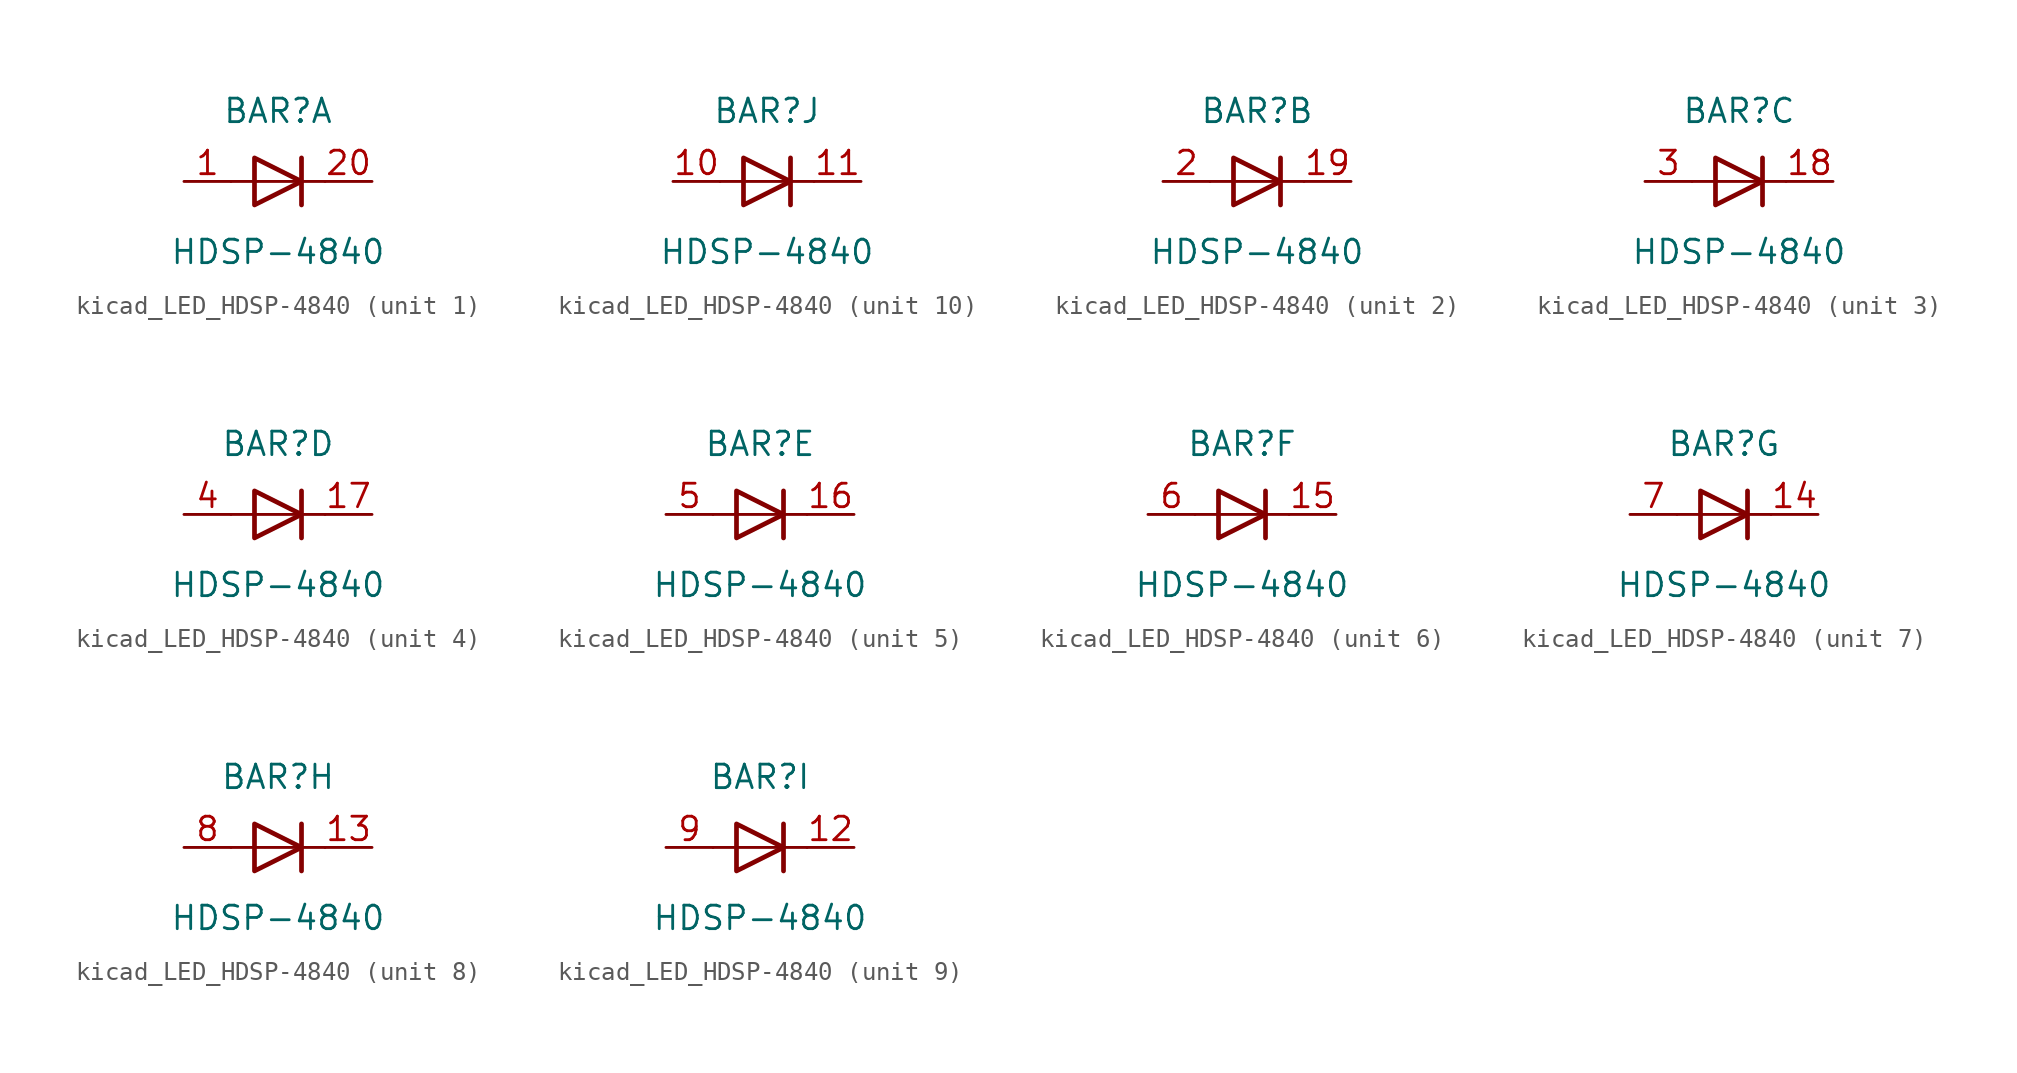
<source format=kicad_sym>
(kicad_symbol_lib
  (version 20220914)
  (generator kicad_symbol_editor)
  (symbol "kicad_LED_HDSP-4840"
    (pin_names
      (offset 1.016) hide)
    (property "Reference" "BAR"
      (at 0 3.81 0)
      (effects (font (size 1.27 1.27))))
    (property "Value" "HDSP-4840"
      (at 0 -3.81 0)
      (effects (font (size 1.27 1.27))))
    (symbol "kicad_LED_HDSP-4840_0_1"
      (polyline (pts (xy -2.54 0) (xy 2.54 0)) (stroke (width 0) (type default)) (fill (type none)))
      (polyline (pts (xy 1.27 -1.27) (xy 1.27 1.27)) (stroke (width 0.254) (type default)) (fill (type none)))
      (polyline (pts (xy -1.27 1.27) (xy -1.27 -1.27) (xy 1.27 0) (xy -1.27 1.27)) (stroke (width 0.254) (type default)) (fill (type none))))
    (symbol "kicad_LED_HDSP-4840_1_1"
      (pin passive line (at -5.08 0 0) (length 2.54) (name "A" (effects (font (size 1.27 1.27)))) (number "1" (effects (font (size 1.27 1.27)))))
      (pin passive line (at 5.08 0 180) (length 2.54) (name "K" (effects (font (size 1.27 1.27)))) (number "20" (effects (font (size 1.27 1.27))))))
    (symbol "kicad_LED_HDSP-4840_2_1"
      (pin passive line (at 5.08 0 180) (length 2.54) (name "K" (effects (font (size 1.27 1.27)))) (number "19" (effects (font (size 1.27 1.27)))))
      (pin passive line (at -5.08 0 0) (length 2.54) (name "A" (effects (font (size 1.27 1.27)))) (number "2" (effects (font (size 1.27 1.27))))))
    (symbol "kicad_LED_HDSP-4840_3_1"
      (pin passive line (at 5.08 0 180) (length 2.54) (name "K" (effects (font (size 1.27 1.27)))) (number "18" (effects (font (size 1.27 1.27)))))
      (pin passive line (at -5.08 0 0) (length 2.54) (name "A" (effects (font (size 1.27 1.27)))) (number "3" (effects (font (size 1.27 1.27))))))
    (symbol "kicad_LED_HDSP-4840_4_1"
      (pin passive line (at 5.08 0 180) (length 2.54) (name "K" (effects (font (size 1.27 1.27)))) (number "17" (effects (font (size 1.27 1.27)))))
      (pin passive line (at -5.08 0 0) (length 2.54) (name "A" (effects (font (size 1.27 1.27)))) (number "4" (effects (font (size 1.27 1.27))))))
    (symbol "kicad_LED_HDSP-4840_5_1"
      (pin passive line (at 5.08 0 180) (length 2.54) (name "K" (effects (font (size 1.27 1.27)))) (number "16" (effects (font (size 1.27 1.27)))))
      (pin passive line (at -5.08 0 0) (length 2.54) (name "A" (effects (font (size 1.27 1.27)))) (number "5" (effects (font (size 1.27 1.27))))))
    (symbol "kicad_LED_HDSP-4840_6_1"
      (pin passive line (at 5.08 0 180) (length 2.54) (name "K" (effects (font (size 1.27 1.27)))) (number "15" (effects (font (size 1.27 1.27)))))
      (pin passive line (at -5.08 0 0) (length 2.54) (name "A" (effects (font (size 1.27 1.27)))) (number "6" (effects (font (size 1.27 1.27))))))
    (symbol "kicad_LED_HDSP-4840_7_1"
      (pin passive line (at 5.08 0 180) (length 2.54) (name "K" (effects (font (size 1.27 1.27)))) (number "14" (effects (font (size 1.27 1.27)))))
      (pin passive line (at -5.08 0 0) (length 2.54) (name "A" (effects (font (size 1.27 1.27)))) (number "7" (effects (font (size 1.27 1.27))))))
    (symbol "kicad_LED_HDSP-4840_8_1"
      (pin passive line (at 5.08 0 180) (length 2.54) (name "K" (effects (font (size 1.27 1.27)))) (number "13" (effects (font (size 1.27 1.27)))))
      (pin passive line (at -5.08 0 0) (length 2.54) (name "A" (effects (font (size 1.27 1.27)))) (number "8" (effects (font (size 1.27 1.27))))))
    (symbol "kicad_LED_HDSP-4840_9_1"
      (pin passive line (at 5.08 0 180) (length 2.54) (name "K" (effects (font (size 1.27 1.27)))) (number "12" (effects (font (size 1.27 1.27)))))
      (pin passive line (at -5.08 0 0) (length 2.54) (name "A" (effects (font (size 1.27 1.27)))) (number "9" (effects (font (size 1.27 1.27))))))
    (symbol "kicad_LED_HDSP-4840_10_1"
      (pin passive line (at -5.08 0 0) (length 2.54) (name "A" (effects (font (size 1.27 1.27)))) (number "10" (effects (font (size 1.27 1.27)))))
      (pin passive line (at 5.08 0 180) (length 2.54) (name "K" (effects (font (size 1.27 1.27)))) (number "11" (effects (font (size 1.27 1.27))))))))
</source>
